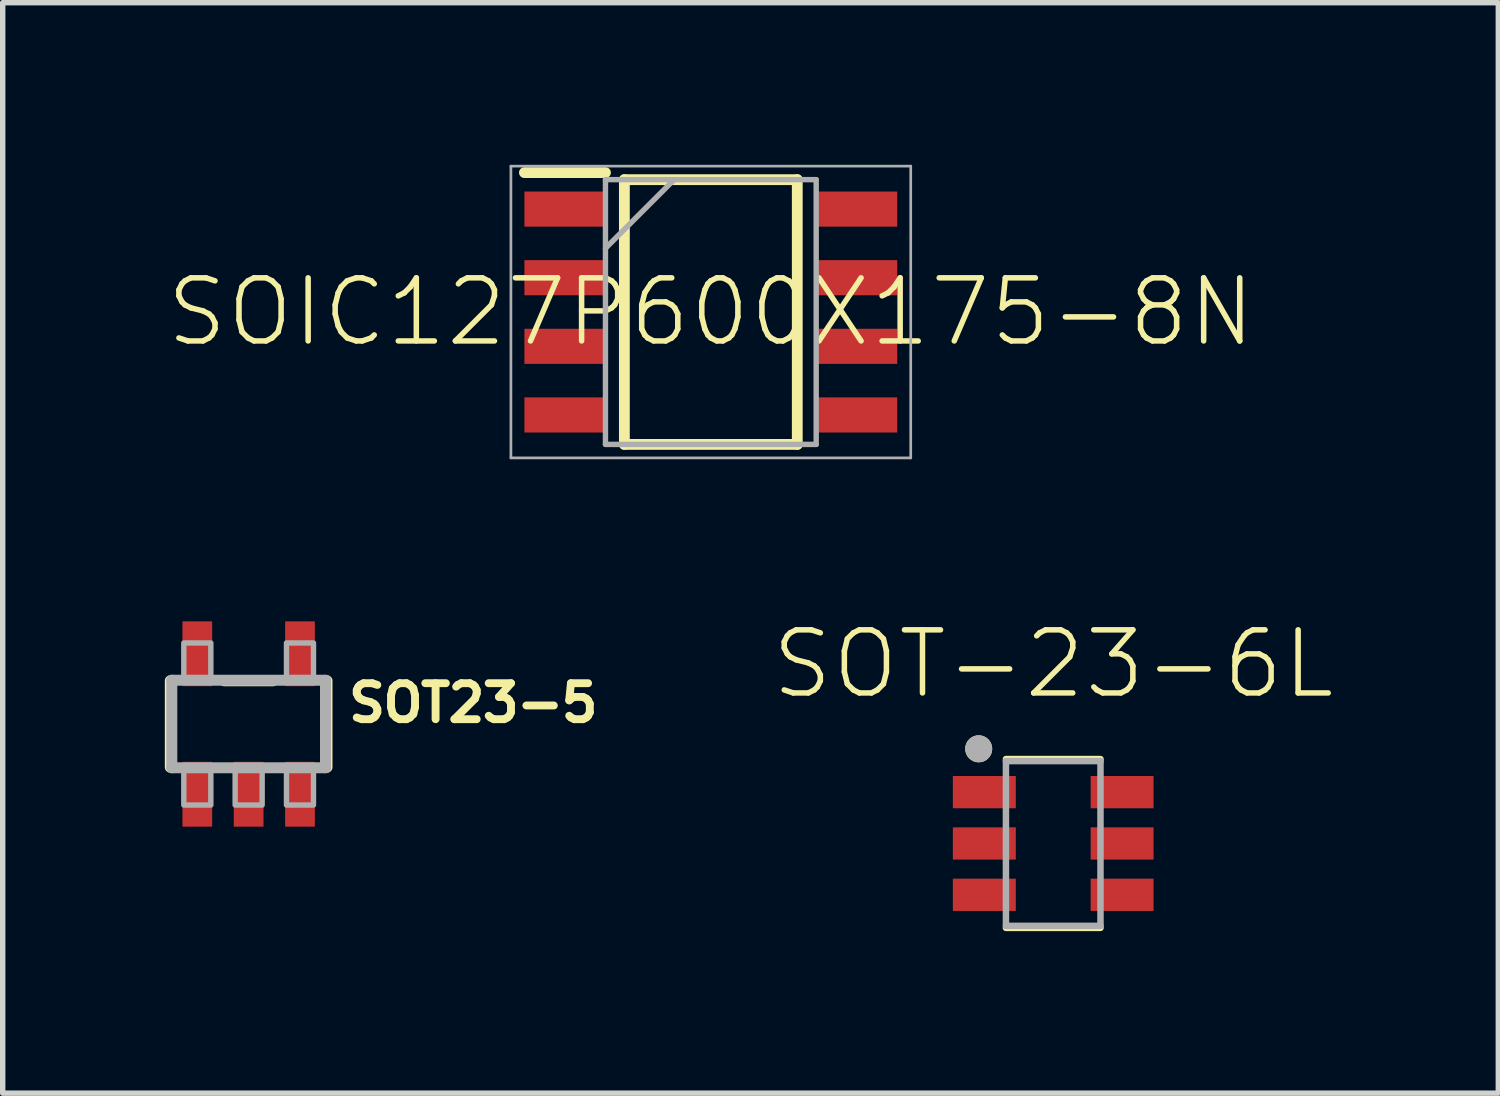
<source format=kicad_pcb>
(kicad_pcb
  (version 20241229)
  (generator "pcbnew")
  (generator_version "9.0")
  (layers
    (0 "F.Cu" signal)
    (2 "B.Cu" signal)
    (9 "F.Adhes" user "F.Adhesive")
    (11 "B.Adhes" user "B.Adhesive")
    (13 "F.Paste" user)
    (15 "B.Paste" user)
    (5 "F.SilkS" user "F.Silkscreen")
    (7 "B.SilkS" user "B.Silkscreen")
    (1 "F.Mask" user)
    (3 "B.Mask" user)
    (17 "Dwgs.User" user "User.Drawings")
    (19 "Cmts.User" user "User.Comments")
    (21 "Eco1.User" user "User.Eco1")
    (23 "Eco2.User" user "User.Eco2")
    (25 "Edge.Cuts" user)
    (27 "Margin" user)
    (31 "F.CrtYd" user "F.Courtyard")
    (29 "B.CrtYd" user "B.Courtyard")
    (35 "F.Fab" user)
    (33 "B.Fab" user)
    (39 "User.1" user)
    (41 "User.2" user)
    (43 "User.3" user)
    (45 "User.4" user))
  (footprint "SOT-23-6L"
    (layer "F.Cu")
    (at 16.443 12.561)
    (property "Reference" "SOT-23-6L" (at 0 -2.638 0) (unlocked yes) (layer "F.SilkS") (effects (font (size 1.168 1.168) (thickness 0.102)) (justify bottom)))
    (fp_line (start -0.875 -1.562) (end 0.875 -1.562) (stroke (width 0.12) (type solid)) (layer "F.SilkS"))
    (fp_line (start -0.875 1.562) (end 0.875 1.562) (stroke (width 0.12) (type solid)) (layer "F.SilkS"))
    (fp_circle (center -1.379 -1.752) (end -1.254 -1.752) (stroke (width 0.25) (type solid)) (fill yes) (layer "F.SilkS"))
    (fp_line (start -0.875 -1.525) (end 0.875 -1.525) (stroke (width 0.12) (type solid)) (layer "F.Fab"))
    (fp_line (start -0.875 1.525) (end -0.875 -1.525) (stroke (width 0.12) (type solid)) (layer "F.Fab"))
    (fp_line (start 0.875 -1.525) (end 0.875 1.525) (stroke (width 0.12) (type solid)) (layer "F.Fab"))
    (fp_line (start 0.875 1.525) (end -0.875 1.525) (stroke (width 0.12) (type solid)) (layer "F.Fab"))
    (fp_circle (center -1.379 -1.752) (end -1.254 -1.752) (stroke (width 0.25) (type solid)) (fill no) (layer "F.Fab"))
    (pad "1" smd rect (at -1.275 -0.95) (size 1.165 0.597) (layers "F.Cu" "F.Mask" "F.Paste"))
    (pad "2" smd rect (at -1.275 0) (size 1.165 0.597) (layers "F.Cu" "F.Mask" "F.Paste"))
    (pad "3" smd rect (at -1.275 0.95) (size 1.165 0.597) (layers "F.Cu" "F.Mask" "F.Paste"))
    (pad "4" smd rect (at 1.275 0.95) (size 1.165 0.597) (layers "F.Cu" "F.Mask" "F.Paste"))
    (pad "5" smd rect (at 1.275 0) (size 1.165 0.597) (layers "F.Cu" "F.Mask" "F.Paste"))
    (pad "6" smd rect (at 1.275 -0.95) (size 1.165 0.597) (layers "F.Cu" "F.Mask" "F.Paste")))
  (footprint "SOIC127P600X175-8N"
    (layer "F.Cu")
    (at 10.106 2.725)
    (property "Reference" "SOIC127P600X175-8N" (at 0 0 0) (unlocked yes) (layer "F.SilkS") (effects (font (size 1.168 1.168) (thickness 0.102))))
    (fp_line (start -3.45 -2.58) (end -1.95 -2.58) (stroke (width 0.2) (type solid)) (layer "F.SilkS"))
    (fp_line (start -1.6 -2.45) (end 1.6 -2.45) (stroke (width 0.2) (type solid)) (layer "F.SilkS"))
    (fp_line (start -1.6 2.45) (end -1.6 -2.45) (stroke (width 0.2) (type solid)) (layer "F.SilkS"))
    (fp_line (start 1.6 -2.45) (end 1.6 2.45) (stroke (width 0.2) (type solid)) (layer "F.SilkS"))
    (fp_line (start 1.6 2.45) (end -1.6 2.45) (stroke (width 0.2) (type solid)) (layer "F.SilkS"))
    (fp_line (start -3.7 -2.7) (end 3.7 -2.7) (stroke (width 0.05) (type solid)) (layer "F.Fab"))
    (fp_line (start -3.7 2.7) (end -3.7 -2.7) (stroke (width 0.05) (type solid)) (layer "F.Fab"))
    (fp_line (start -1.95 -2.45) (end 1.95 -2.45) (stroke (width 0.1) (type solid)) (layer "F.Fab"))
    (fp_line (start -1.95 -1.18) (end -0.68 -2.45) (stroke (width 0.1) (type solid)) (layer "F.Fab"))
    (fp_line (start -1.95 2.45) (end -1.95 -2.45) (stroke (width 0.1) (type solid)) (layer "F.Fab"))
    (fp_line (start 1.95 -2.45) (end 1.95 2.45) (stroke (width 0.1) (type solid)) (layer "F.Fab"))
    (fp_line (start 1.95 2.45) (end -1.95 2.45) (stroke (width 0.1) (type solid)) (layer "F.Fab"))
    (fp_line (start 3.7 -2.7) (end 3.7 2.7) (stroke (width 0.05) (type solid)) (layer "F.Fab"))
    (fp_line (start 3.7 2.7) (end -3.7 2.7) (stroke (width 0.05) (type solid)) (layer "F.Fab"))
    (pad "1" smd rect (at -2.7 -1.905) (size 1.5 0.65) (layers "F.Cu" "F.Mask" "F.Paste"))
    (pad "2" smd rect (at -2.7 -0.635) (size 1.5 0.65) (layers "F.Cu" "F.Mask" "F.Paste"))
    (pad "3" smd rect (at -2.7 0.635) (size 1.5 0.65) (layers "F.Cu" "F.Mask" "F.Paste"))
    (pad "4" smd rect (at -2.7 1.905) (size 1.5 0.65) (layers "F.Cu" "F.Mask" "F.Paste"))
    (pad "5" smd rect (at 2.7 1.905) (size 1.5 0.65) (layers "F.Cu" "F.Mask" "F.Paste"))
    (pad "6" smd rect (at 2.7 0.635) (size 1.5 0.65) (layers "F.Cu" "F.Mask" "F.Paste"))
    (pad "7" smd rect (at 2.7 -0.635) (size 1.5 0.65) (layers "F.Cu" "F.Mask" "F.Paste"))
    (pad "8" smd rect (at 2.7 -1.905) (size 1.5 0.65) (layers "F.Cu" "F.Mask" "F.Paste")))
  (footprint "SOT23-5"
    (layer "F.Cu")
    (at 1.552 10.35)
    (property "Reference" "SOT23-5" (at 1.778 0 0) (unlocked yes) (layer "F.SilkS") (effects (font (size 0.666 0.666) (thickness 0.146)) (justify left bottom)))
    (fp_line (start -1.45 -0.8) (end -1.45 0.8) (stroke (width 0.203) (type solid)) (layer "F.SilkS"))
    (fp_line (start -0.45 -0.8) (end 0.45 -0.8) (stroke (width 0.203) (type solid)) (layer "F.SilkS"))
    (fp_line (start 1.45 -0.8) (end 1.45 0.8) (stroke (width 0.203) (type solid)) (layer "F.SilkS"))
    (fp_line (start -1.422 -0.81) (end 1.422 -0.81) (stroke (width 0.203) (type solid)) (layer "F.Fab"))
    (fp_line (start -1.422 0.81) (end -1.422 -0.81) (stroke (width 0.203) (type solid)) (layer "F.Fab"))
    (fp_line (start 1.422 -0.81) (end 1.422 0.81) (stroke (width 0.203) (type solid)) (layer "F.Fab"))
    (fp_line (start 1.422 0.81) (end -1.422 0.81) (stroke (width 0.203) (type solid)) (layer "F.Fab"))
    (fp_poly (pts (xy -1.2 -0.85) (xy -0.7 -0.85) (xy -0.7 -1.5) (xy -1.2 -1.5)) (stroke (width 0.1) (type default)) (fill no) (layer "F.Fab"))
    (fp_poly (pts (xy -1.2 1.5) (xy -0.7 1.5) (xy -0.7 0.85) (xy -1.2 0.85)) (stroke (width 0.1) (type default)) (fill no) (layer "F.Fab"))
    (fp_poly (pts (xy -0.25 1.5) (xy 0.25 1.5) (xy 0.25 0.85) (xy -0.25 0.85)) (stroke (width 0.1) (type default)) (fill no) (layer "F.Fab"))
    (fp_poly (pts (xy 0.7 -0.85) (xy 1.2 -0.85) (xy 1.2 -1.5) (xy 0.7 -1.5)) (stroke (width 0.1) (type default)) (fill no) (layer "F.Fab"))
    (fp_poly (pts (xy 0.7 1.5) (xy 1.2 1.5) (xy 1.2 0.85) (xy 0.7 0.85)) (stroke (width 0.1) (type default)) (fill no) (layer "F.Fab"))
    (pad "1" smd rect (at -0.95 1.3) (size 0.55 1.2) (layers "F.Cu" "F.Mask" "F.Paste"))
    (pad "2" smd rect (at 0 1.3) (size 0.55 1.2) (layers "F.Cu" "F.Mask" "F.Paste"))
    (pad "3" smd rect (at 0.95 1.3) (size 0.55 1.2) (layers "F.Cu" "F.Mask" "F.Paste"))
    (pad "4" smd rect (at 0.95 -1.3) (size 0.55 1.2) (layers "F.Cu" "F.Mask" "F.Paste"))
    (pad "5" smd rect (at -0.95 -1.3) (size 0.55 1.2) (layers "F.Cu" "F.Mask" "F.Paste")))
  (gr_rect
    (start -3 -3)
    (end 24.681 17.183)
    (stroke (width 0.1) (type default))
    (fill no)
    (layer "Edge.Cuts")))
</source>
